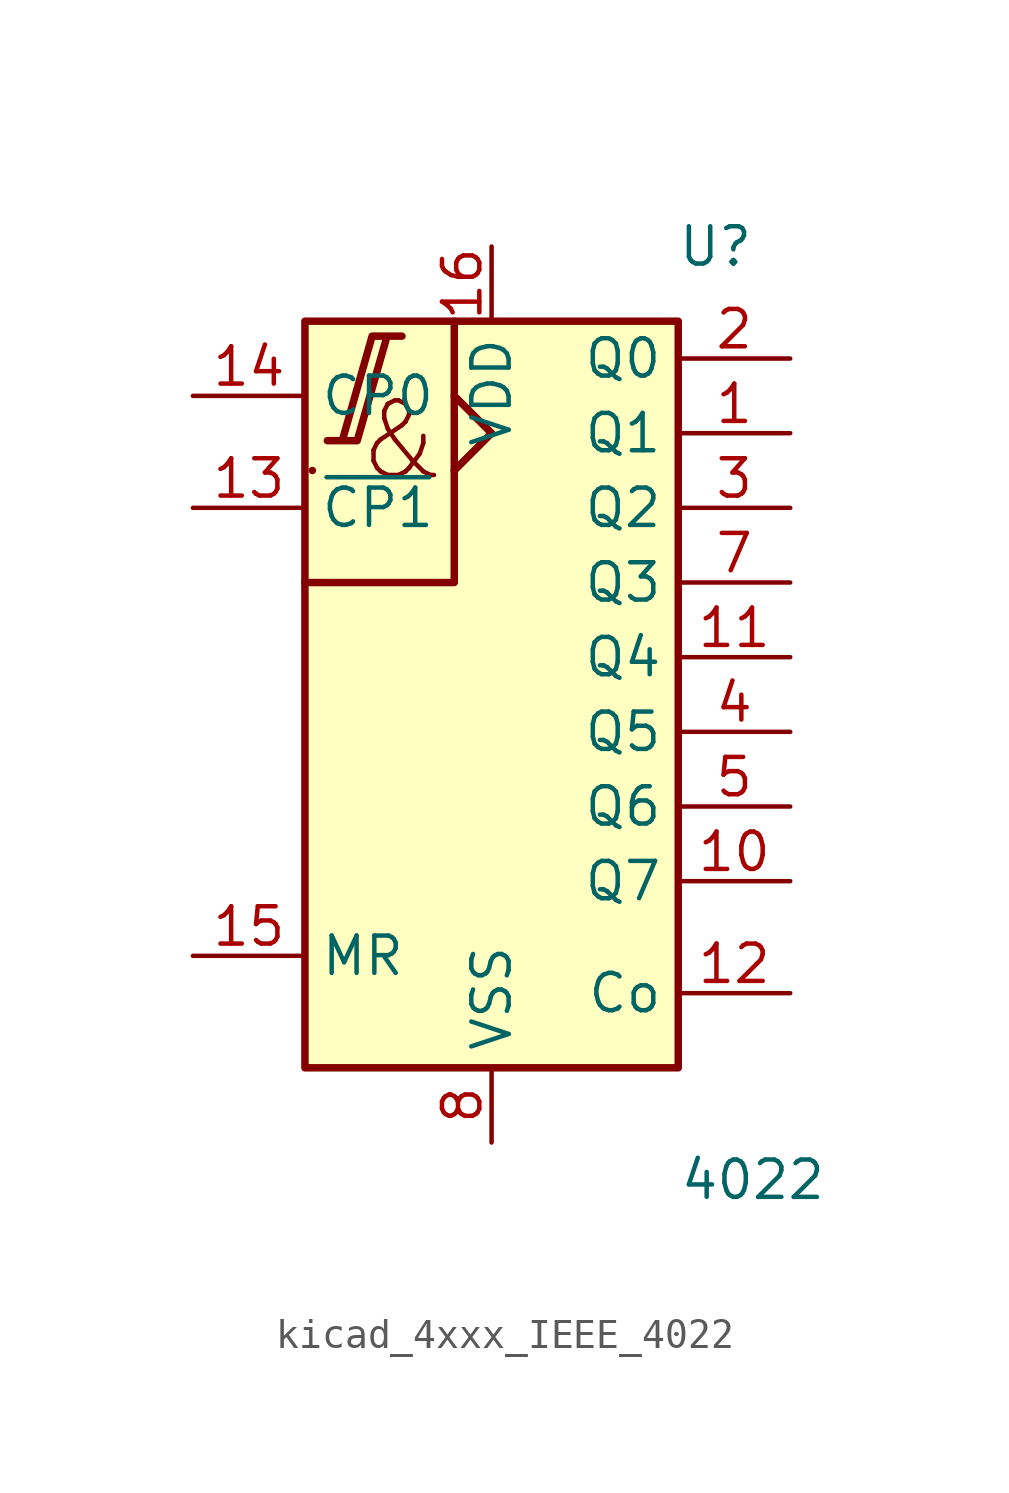
<source format=kicad_sym>
(kicad_symbol_lib
  (version 20220914)
  (generator kicad_symbol_editor)
  (symbol "kicad_4xxx_IEEE_4022"
    (property "Reference" "U"
      (at 7.62 15.24 0)
      (effects (font (size 1.27 1.27))))
    (property "Value" "4022"
      (at 8.89 -16.51 0)
      (effects (font (size 1.27 1.27))))
    (symbol "kicad_4xxx_IEEE_4022_0_0"
      (polyline (pts (xy -6.096 7.62) (xy -6.096 7.62) (xy -6.096 7.62) (xy -6.096 7.62)) (stroke (width 0.254) (type default)) (fill (type background)))
      (polyline (pts (xy -1.27 10.16) (xy 0 8.89) (xy -1.27 7.62) (xy -1.27 7.62)) (stroke (width 0.254) (type default)) (fill (type background)))
      (polyline (pts (xy -1.27 12.7) (xy -1.27 3.81) (xy -6.35 3.81) (xy -6.35 3.81)) (stroke (width 0.254) (type default)) (fill (type background)))
      (polyline (pts (xy -5.588 8.636) (xy -4.572 8.636) (xy -3.556 12.192) (xy -3.048 12.192) (xy -4.064 12.192) (xy -5.08 8.636) (xy -5.08 8.636)) (stroke (width 0.254) (type default)) (fill (type background)))
      (text "&" (at -3.048 8.636 0) (effects (font (size 2.54 2.54))))
      (pin power_in line (at 0 15.24 270) (length 2.54) (name "VDD" (effects (font (size 1.27 1.27)))) (number "16" (effects (font (size 1.27 1.27)))))
      (pin power_in line (at 0 -15.24 90) (length 2.54) (name "VSS" (effects (font (size 1.27 1.27)))) (number "8" (effects (font (size 1.27 1.27))))))
    (symbol "kicad_4xxx_IEEE_4022_0_1"
      (rectangle (start -6.35 12.7) (end 6.35 -12.7) (stroke (width 0.254) (type default)) (fill (type background))))
    (symbol "kicad_4xxx_IEEE_4022_1_1"
      (pin output line (at 10.16 8.89 180) (length 3.81) (name "Q1" (effects (font (size 1.27 1.27)))) (number "1" (effects (font (size 1.27 1.27)))))
      (pin output line (at 10.16 -6.35 180) (length 3.81) (name "Q7" (effects (font (size 1.27 1.27)))) (number "10" (effects (font (size 1.27 1.27)))))
      (pin output line (at 10.16 1.27 180) (length 3.81) (name "Q4" (effects (font (size 1.27 1.27)))) (number "11" (effects (font (size 1.27 1.27)))))
      (pin output line (at 10.16 -10.16 180) (length 3.81) (name "Co" (effects (font (size 1.27 1.27)))) (number "12" (effects (font (size 1.27 1.27)))))
      (pin input line (at -10.16 6.35 0) (length 3.81) (name "~{CP1}" (effects (font (size 1.27 1.27)))) (number "13" (effects (font (size 1.27 1.27)))))
      (pin output line (at -10.16 10.16 0) (length 3.81) (name "CP0" (effects (font (size 1.27 1.27)))) (number "14" (effects (font (size 1.27 1.27)))))
      (pin input line (at -10.16 -8.89 0) (length 3.81) (name "MR" (effects (font (size 1.27 1.27)))) (number "15" (effects (font (size 1.27 1.27)))))
      (pin output line (at 10.16 11.43 180) (length 3.81) (name "Q0" (effects (font (size 1.27 1.27)))) (number "2" (effects (font (size 1.27 1.27)))))
      (pin output line (at 10.16 6.35 180) (length 3.81) (name "Q2" (effects (font (size 1.27 1.27)))) (number "3" (effects (font (size 1.27 1.27)))))
      (pin output line (at 10.16 -1.27 180) (length 3.81) (name "Q5" (effects (font (size 1.27 1.27)))) (number "4" (effects (font (size 1.27 1.27)))))
      (pin output line (at 10.16 -3.81 180) (length 3.81) (name "Q6" (effects (font (size 1.27 1.27)))) (number "5" (effects (font (size 1.27 1.27)))))
      (pin output line (at 10.16 3.81 180) (length 3.81) (name "Q3" (effects (font (size 1.27 1.27)))) (number "7" (effects (font (size 1.27 1.27))))))))
</source>
